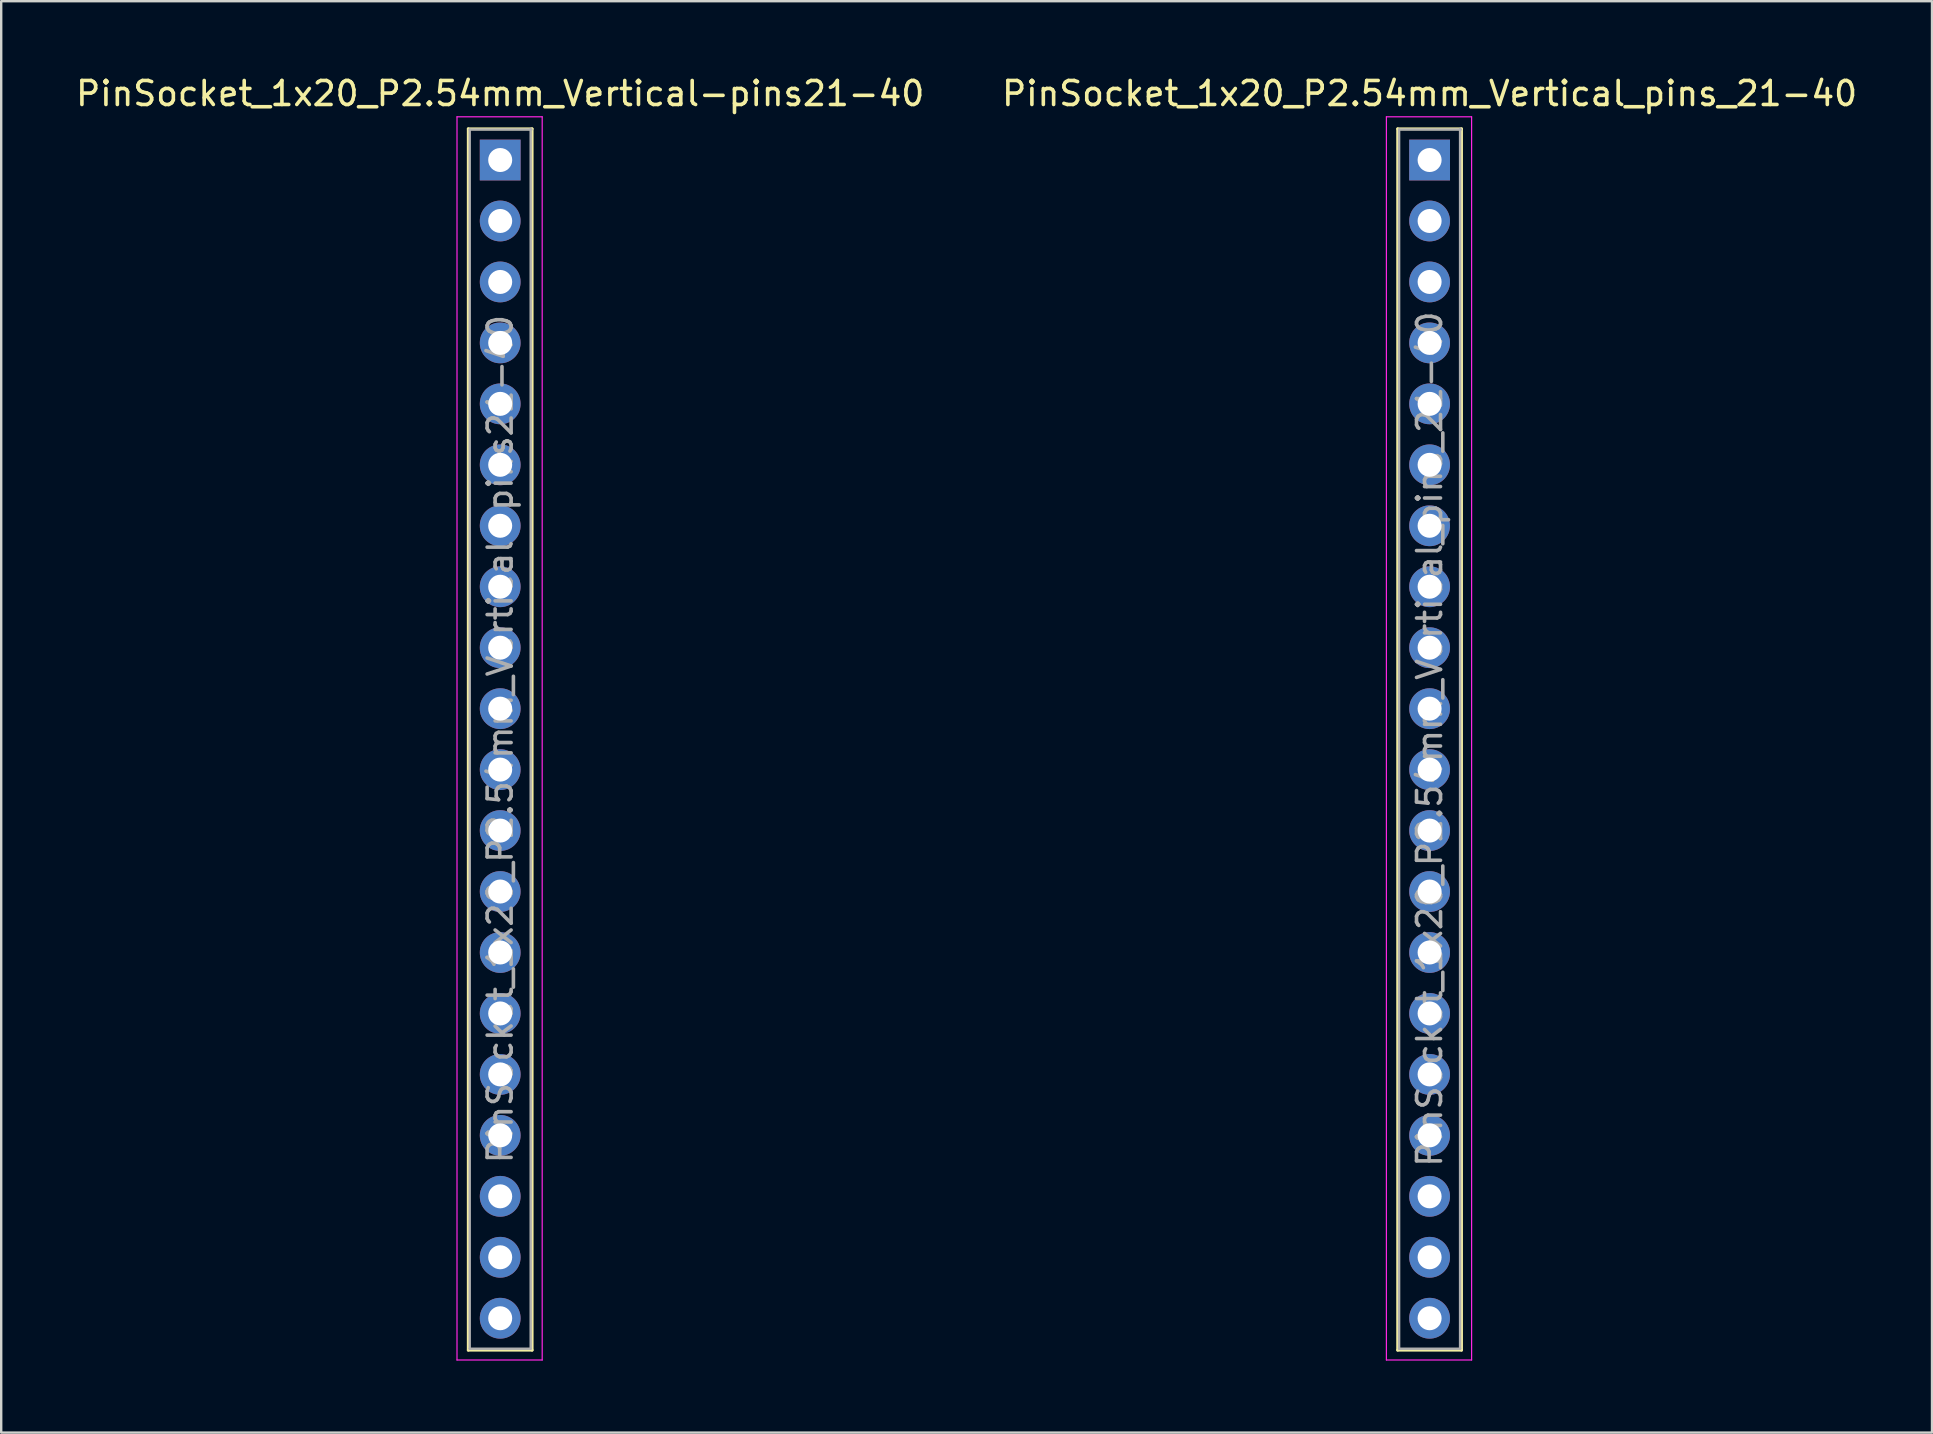
<source format=kicad_pcb>
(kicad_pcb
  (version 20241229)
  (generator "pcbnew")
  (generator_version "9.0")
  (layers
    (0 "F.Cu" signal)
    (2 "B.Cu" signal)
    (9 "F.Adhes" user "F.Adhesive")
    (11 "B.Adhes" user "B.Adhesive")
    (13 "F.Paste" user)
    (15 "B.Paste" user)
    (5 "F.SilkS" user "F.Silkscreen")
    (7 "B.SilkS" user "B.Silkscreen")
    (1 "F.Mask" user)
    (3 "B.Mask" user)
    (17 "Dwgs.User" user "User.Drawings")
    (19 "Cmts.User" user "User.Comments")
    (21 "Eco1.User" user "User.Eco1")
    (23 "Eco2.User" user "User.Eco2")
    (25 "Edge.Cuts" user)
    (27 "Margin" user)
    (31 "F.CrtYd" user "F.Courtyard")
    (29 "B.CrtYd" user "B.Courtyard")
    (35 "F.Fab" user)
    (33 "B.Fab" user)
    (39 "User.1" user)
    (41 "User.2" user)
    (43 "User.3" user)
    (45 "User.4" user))
  (footprint "PinSocket_1x20_P2.54mm_Vertical-pins21-40"
    (layer "F.Cu")
    (at 17.792 3.618)
    (property "Reference" "PinSocket_1x20_P2.54mm_Vertical-pins21-40" (at 0 -2.77 0) (layer "F.SilkS") (effects (font (size 1 1) (thickness 0.15))))
    (attr through_hole)
    (fp_line (start -1.33 -1.3) (end -1.33 49.59) (stroke (width 0.12) (type solid)) (layer "F.SilkS"))
    (fp_line (start -1.33 -1.3) (end 1.33 -1.3) (stroke (width 0.12) (type solid)) (layer "F.SilkS"))
    (fp_line (start -1.33 49.59) (end 1.33 49.59) (stroke (width 0.12) (type solid)) (layer "F.SilkS"))
    (fp_line (start 1.33 -1.3) (end 1.33 49.59) (stroke (width 0.12) (type solid)) (layer "F.SilkS"))
    (fp_line (start -1.8 -1.8) (end 1.75 -1.8) (stroke (width 0.05) (type solid)) (layer "F.CrtYd"))
    (fp_line (start -1.8 50) (end -1.8 -1.8) (stroke (width 0.05) (type solid)) (layer "F.CrtYd"))
    (fp_line (start 1.75 -1.8) (end 1.75 50) (stroke (width 0.05) (type solid)) (layer "F.CrtYd"))
    (fp_line (start 1.75 50) (end -1.8 50) (stroke (width 0.05) (type solid)) (layer "F.CrtYd"))
    (fp_line (start -1.27 -1.27) (end 1.3 -1.27) (stroke (width 0.1) (type solid)) (layer "F.Fab"))
    (fp_line (start -1.27 49.53) (end -1.27 -1.27) (stroke (width 0.1) (type solid)) (layer "F.Fab"))
    (fp_line (start 1.27 -1.3) (end 1.27 49.53) (stroke (width 0.1) (type solid)) (layer "F.Fab"))
    (fp_line (start 1.27 49.53) (end -1.27 49.53) (stroke (width 0.1) (type solid)) (layer "F.Fab"))
    (fp_text user "${REFERENCE}" (at 0 24.13 90) (layer "F.Fab") (effects (font (size 1 1) (thickness 0.15))))
    (pad "21" thru_hole circle (at 0 48.26) (size 1.7 1.7) (drill 1) (layers "*.Cu" "*.Mask"))
    (pad "22" thru_hole circle (at 0 45.72) (size 1.7 1.7) (drill 1) (layers "*.Cu" "*.Mask"))
    (pad "23" thru_hole circle (at 0 43.18) (size 1.7 1.7) (drill 1) (layers "*.Cu" "*.Mask"))
    (pad "24" thru_hole circle (at 0 40.64) (size 1.7 1.7) (drill 1) (layers "*.Cu" "*.Mask"))
    (pad "25" thru_hole circle (at 0 38.1) (size 1.7 1.7) (drill 1) (layers "*.Cu" "*.Mask"))
    (pad "26" thru_hole circle (at 0 35.56) (size 1.7 1.7) (drill 1) (layers "*.Cu" "*.Mask"))
    (pad "27" thru_hole circle (at 0 33.02) (size 1.7 1.7) (drill 1) (layers "*.Cu" "*.Mask"))
    (pad "28" thru_hole circle (at 0 30.48) (size 1.7 1.7) (drill 1) (layers "*.Cu" "*.Mask"))
    (pad "29" thru_hole circle (at 0 27.94) (size 1.7 1.7) (drill 1) (layers "*.Cu" "*.Mask"))
    (pad "30" thru_hole circle (at 0 25.4) (size 1.7 1.7) (drill 1) (layers "*.Cu" "*.Mask"))
    (pad "31" thru_hole circle (at 0 22.86) (size 1.7 1.7) (drill 1) (layers "*.Cu" "*.Mask"))
    (pad "32" thru_hole circle (at 0 20.32) (size 1.7 1.7) (drill 1) (layers "*.Cu" "*.Mask"))
    (pad "33" thru_hole circle (at 0 17.78) (size 1.7 1.7) (drill 1) (layers "*.Cu" "*.Mask"))
    (pad "34" thru_hole circle (at 0 15.24) (size 1.7 1.7) (drill 1) (layers "*.Cu" "*.Mask"))
    (pad "35" thru_hole circle (at 0 12.7) (size 1.7 1.7) (drill 1) (layers "*.Cu" "*.Mask"))
    (pad "36" thru_hole circle (at 0 10.16) (size 1.7 1.7) (drill 1) (layers "*.Cu" "*.Mask"))
    (pad "37" thru_hole circle (at 0 7.62) (size 1.7 1.7) (drill 1) (layers "*.Cu" "*.Mask"))
    (pad "38" thru_hole circle (at 0 5.08) (size 1.7 1.7) (drill 1) (layers "*.Cu" "*.Mask"))
    (pad "39" thru_hole circle (at 0 2.54) (size 1.7 1.7) (drill 1) (layers "*.Cu" "*.Mask"))
    (pad "40" thru_hole rect (at 0 0) (size 1.7 1.7) (drill 1) (layers "*.Cu" "*.Mask")))
  (footprint "PinSocket_1x20_P2.54mm_Vertical_pins_21-40"
    (layer "F.Cu")
    (at 56.518 3.618)
    (property "Reference" "PinSocket_1x20_P2.54mm_Vertical_pins_21-40" (at 0 -2.77 0) (layer "F.SilkS") (effects (font (size 1 1) (thickness 0.15))))
    (attr through_hole)
    (fp_line (start -1.33 -1.3) (end -1.33 49.59) (stroke (width 0.12) (type solid)) (layer "F.SilkS"))
    (fp_line (start -1.33 -1.3) (end 1.33 -1.3) (stroke (width 0.12) (type solid)) (layer "F.SilkS"))
    (fp_line (start -1.33 49.59) (end 1.33 49.59) (stroke (width 0.12) (type solid)) (layer "F.SilkS"))
    (fp_line (start 1.33 -1.3) (end 1.33 49.59) (stroke (width 0.12) (type solid)) (layer "F.SilkS"))
    (fp_line (start -1.8 -1.8) (end 1.75 -1.8) (stroke (width 0.05) (type solid)) (layer "F.CrtYd"))
    (fp_line (start -1.8 50) (end -1.8 -1.8) (stroke (width 0.05) (type solid)) (layer "F.CrtYd"))
    (fp_line (start 1.75 -1.8) (end 1.75 50) (stroke (width 0.05) (type solid)) (layer "F.CrtYd"))
    (fp_line (start 1.75 50) (end -1.8 50) (stroke (width 0.05) (type solid)) (layer "F.CrtYd"))
    (fp_line (start -1.27 -1.27) (end 1.3 -1.27) (stroke (width 0.1) (type solid)) (layer "F.Fab"))
    (fp_line (start -1.27 49.53) (end -1.27 -1.27) (stroke (width 0.1) (type solid)) (layer "F.Fab"))
    (fp_line (start 1.27 -1.3) (end 1.27 49.53) (stroke (width 0.1) (type solid)) (layer "F.Fab"))
    (fp_line (start 1.27 49.53) (end -1.27 49.53) (stroke (width 0.1) (type solid)) (layer "F.Fab"))
    (fp_text user "${REFERENCE}" (at 0 24.13 90) (layer "F.Fab") (effects (font (size 1 1) (thickness 0.15))))
    (pad "21" thru_hole circle (at 0 48.26) (size 1.7 1.7) (drill 1) (layers "*.Cu" "*.Mask"))
    (pad "22" thru_hole circle (at 0 45.72) (size 1.7 1.7) (drill 1) (layers "*.Cu" "*.Mask"))
    (pad "23" thru_hole circle (at 0 43.18) (size 1.7 1.7) (drill 1) (layers "*.Cu" "*.Mask"))
    (pad "24" thru_hole circle (at 0 40.64) (size 1.7 1.7) (drill 1) (layers "*.Cu" "*.Mask"))
    (pad "25" thru_hole circle (at 0 38.1) (size 1.7 1.7) (drill 1) (layers "*.Cu" "*.Mask"))
    (pad "26" thru_hole circle (at 0 35.56) (size 1.7 1.7) (drill 1) (layers "*.Cu" "*.Mask"))
    (pad "27" thru_hole circle (at 0 33.02) (size 1.7 1.7) (drill 1) (layers "*.Cu" "*.Mask"))
    (pad "28" thru_hole circle (at 0 30.48) (size 1.7 1.7) (drill 1) (layers "*.Cu" "*.Mask"))
    (pad "29" thru_hole circle (at 0 27.94) (size 1.7 1.7) (drill 1) (layers "*.Cu" "*.Mask"))
    (pad "30" thru_hole circle (at 0 25.4) (size 1.7 1.7) (drill 1) (layers "*.Cu" "*.Mask"))
    (pad "31" thru_hole circle (at 0 22.86) (size 1.7 1.7) (drill 1) (layers "*.Cu" "*.Mask"))
    (pad "32" thru_hole circle (at 0 20.32) (size 1.7 1.7) (drill 1) (layers "*.Cu" "*.Mask"))
    (pad "33" thru_hole circle (at 0 17.78) (size 1.7 1.7) (drill 1) (layers "*.Cu" "*.Mask"))
    (pad "34" thru_hole circle (at 0 15.24) (size 1.7 1.7) (drill 1) (layers "*.Cu" "*.Mask"))
    (pad "35" thru_hole circle (at 0 12.7) (size 1.7 1.7) (drill 1) (layers "*.Cu" "*.Mask"))
    (pad "36" thru_hole circle (at 0 10.16) (size 1.7 1.7) (drill 1) (layers "*.Cu" "*.Mask"))
    (pad "37" thru_hole circle (at 0 7.62) (size 1.7 1.7) (drill 1) (layers "*.Cu" "*.Mask"))
    (pad "38" thru_hole circle (at 0 5.08) (size 1.7 1.7) (drill 1) (layers "*.Cu" "*.Mask"))
    (pad "39" thru_hole circle (at 0 2.54) (size 1.7 1.7) (drill 1) (layers "*.Cu" "*.Mask"))
    (pad "40" thru_hole rect (at 0 0) (size 1.7 1.7) (drill 1) (layers "*.Cu" "*.Mask")))
  (gr_rect
    (start -3 -3)
    (end 77.452 56.643)
    (stroke (width 0.1) (type default))
    (fill no)
    (layer "Edge.Cuts")))
</source>
